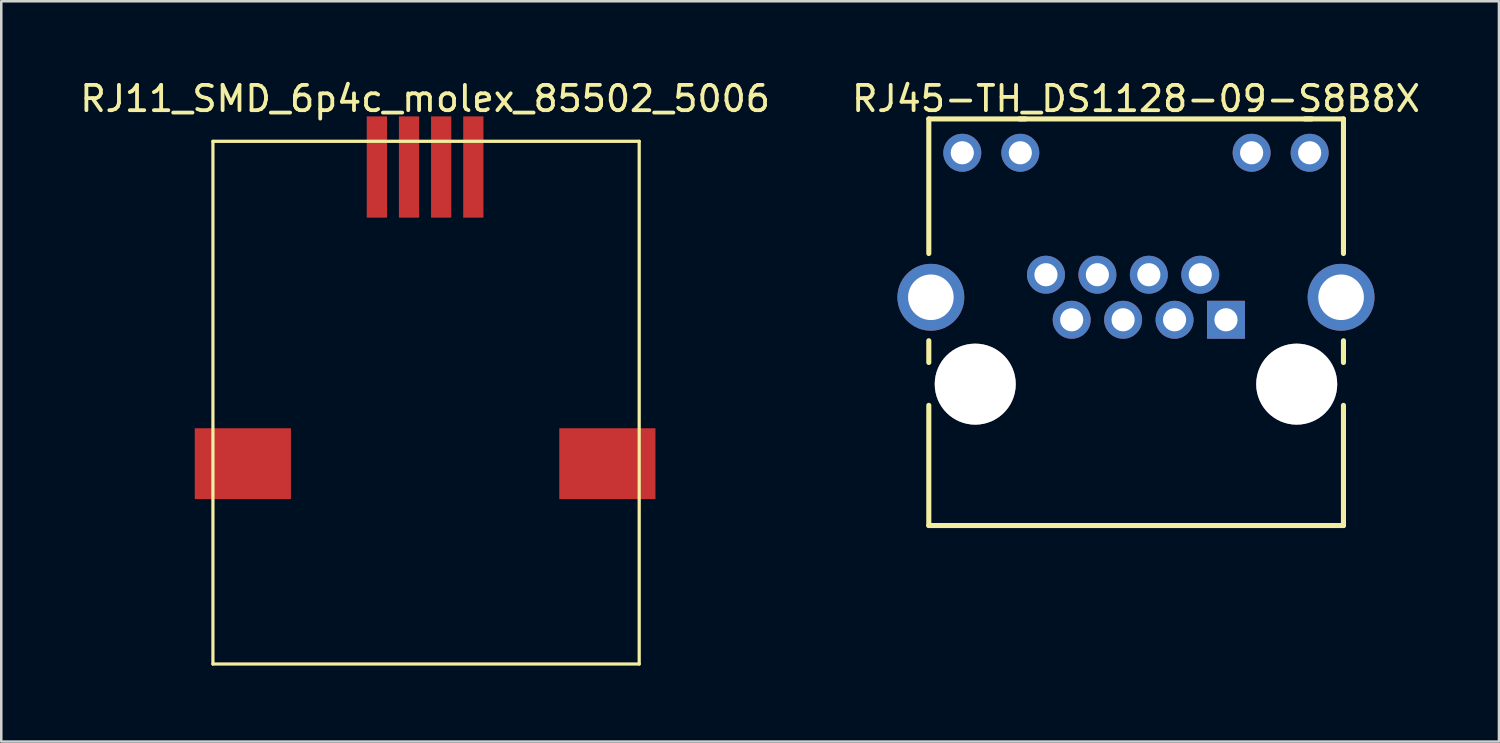
<source format=kicad_pcb>
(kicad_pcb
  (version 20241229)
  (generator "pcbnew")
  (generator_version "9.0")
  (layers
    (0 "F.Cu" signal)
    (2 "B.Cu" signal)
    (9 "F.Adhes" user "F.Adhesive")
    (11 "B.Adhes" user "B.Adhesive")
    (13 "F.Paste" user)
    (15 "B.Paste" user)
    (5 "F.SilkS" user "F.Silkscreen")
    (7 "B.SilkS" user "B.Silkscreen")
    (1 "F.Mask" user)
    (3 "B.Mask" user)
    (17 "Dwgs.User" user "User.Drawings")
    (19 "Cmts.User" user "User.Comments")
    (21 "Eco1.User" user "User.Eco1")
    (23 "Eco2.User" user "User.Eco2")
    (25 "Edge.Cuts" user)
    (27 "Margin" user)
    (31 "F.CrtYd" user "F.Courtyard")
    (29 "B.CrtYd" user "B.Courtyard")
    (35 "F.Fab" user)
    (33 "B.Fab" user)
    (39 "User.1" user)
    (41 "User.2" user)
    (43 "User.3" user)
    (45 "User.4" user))
  (footprint "RJ45-TH_DS1128-09-S8B8X"
    (layer "F.Cu")
    (at 41.827 6.284)
    (property "Reference" "RJ45-TH_DS1128-09-S8B8X" (at 0 -5.436 0) (layer "F.SilkS") (effects (font (size 1 1) (thickness 0.15))))
    (fp_line (start -8.184 -4.636) (end -4.366 -4.636) (stroke (width 0.201) (type solid)) (layer "F.SilkS"))
    (fp_line (start -8.184 0.681) (end -8.184 -4.636) (stroke (width 0.201) (type solid)) (layer "F.SilkS"))
    (fp_line (start -8.184 4.986) (end -8.184 4.128) (stroke (width 0.201) (type solid)) (layer "F.SilkS"))
    (fp_line (start -8.184 11.427) (end -8.184 6.68) (stroke (width 0.201) (type solid)) (layer "F.SilkS"))
    (fp_line (start -8.184 11.427) (end 8.197 11.427) (stroke (width 0.201) (type solid)) (layer "F.SilkS"))
    (fp_line (start -4.608 -4.636) (end 6.942 -4.636) (stroke (width 0.201) (type solid)) (layer "F.SilkS"))
    (fp_line (start 6.67 -4.636) (end 8.197 -4.636) (stroke (width 0.201) (type solid)) (layer "F.SilkS"))
    (fp_line (start 8.197 0.681) (end 8.197 -4.636) (stroke (width 0.201) (type solid)) (layer "F.SilkS"))
    (fp_line (start 8.197 4.986) (end 8.197 4.128) (stroke (width 0.201) (type solid)) (layer "F.SilkS"))
    (fp_line (start 8.197 11.427) (end 8.197 6.68) (stroke (width 0.201) (type solid)) (layer "F.SilkS"))
    (fp_line (start -8.25 -4.451) (end 8.25 -4.451) (stroke (width 0.051) (type solid)) (layer "Eco2.User"))
    (fp_line (start -8.25 11.299) (end -8.25 -4.451) (stroke (width 0.051) (type solid)) (layer "Eco2.User"))
    (fp_line (start -8.25 11.299) (end 8.25 11.299) (stroke (width 0.051) (type solid)) (layer "Eco2.User"))
    (fp_line (start 8.25 11.299) (end 8.25 -4.451) (stroke (width 0.051) (type solid)) (layer "Eco2.User"))
    (fp_poly (pts (xy -8.228 3.16) (xy -8.228 1.66) (xy -7.978 1.66) (xy -7.978 3.16)) (stroke (width 0.1) (type default)) (fill no) (layer "Eco2.User"))
    (fp_poly (pts (xy -6.611 -3.049) (xy -7.111 -3.049) (xy -7.111 -3.549) (xy -6.611 -3.549)) (stroke (width 0.1) (type default)) (fill no) (layer "Eco2.User"))
    (fp_poly (pts (xy -4.319 -3.049) (xy -4.819 -3.049) (xy -4.819 -3.549) (xy -4.319 -3.549)) (stroke (width 0.1) (type default)) (fill no) (layer "Eco2.User"))
    (fp_poly (pts (xy 4.819 -3.049) (xy 4.319 -3.049) (xy 4.319 -3.549) (xy 4.819 -3.549)) (stroke (width 0.1) (type default)) (fill no) (layer "Eco2.User"))
    (fp_poly (pts (xy 7.111 -3.049) (xy 6.611 -3.049) (xy 6.611 -3.549) (xy 7.111 -3.549)) (stroke (width 0.1) (type default)) (fill no) (layer "Eco2.User"))
    (fp_poly (pts (xy 8.228 1.66) (xy 8.228 3.16) (xy 7.978 3.16) (xy 7.978 1.66)) (stroke (width 0.1) (type default)) (fill no) (layer "Eco2.User"))
    (fp_poly (pts (xy 8.315 11.299) (xy 8.315 11.299) (xy 8.296 11.253) (xy 8.25 11.234) (xy 8.204 11.253) (xy 8.185 11.299) (xy 8.185 11.299) (xy 8.204 11.345) (xy 8.25 11.364) (xy 8.296 11.345)) (stroke (width 0.1) (type default)) (fill no) (layer "Eco2.User"))
    (fp_poly (pts (xy -3.321 1.519) (xy -3.339 1.429) (xy -3.39 1.353) (xy -3.466 1.302) (xy -3.556 1.284) (xy -3.646 1.302) (xy -3.722 1.353) (xy -3.773 1.429) (xy -3.791 1.519) (xy -3.773 1.609) (xy -3.722 1.685) (xy -3.646 1.736) (xy -3.556 1.753) (xy -3.466 1.736) (xy -3.39 1.685) (xy -3.339 1.609)) (stroke (width 0.1) (type default)) (fill no) (layer "Eco2.User"))
    (fp_poly (pts (xy -2.305 3.299) (xy -2.323 3.21) (xy -2.374 3.134) (xy -2.45 3.083) (xy -2.54 3.065) (xy -2.63 3.083) (xy -2.706 3.134) (xy -2.757 3.21) (xy -2.775 3.299) (xy -2.757 3.389) (xy -2.706 3.465) (xy -2.63 3.516) (xy -2.54 3.534) (xy -2.45 3.516) (xy -2.374 3.465) (xy -2.323 3.389)) (stroke (width 0.1) (type default)) (fill no) (layer "Eco2.User"))
    (fp_poly (pts (xy -1.289 1.519) (xy -1.307 1.429) (xy -1.358 1.353) (xy -1.434 1.302) (xy -1.524 1.284) (xy -1.614 1.302) (xy -1.69 1.353) (xy -1.741 1.429) (xy -1.759 1.519) (xy -1.741 1.609) (xy -1.69 1.685) (xy -1.614 1.736) (xy -1.524 1.753) (xy -1.434 1.736) (xy -1.358 1.685) (xy -1.307 1.609)) (stroke (width 0.1) (type default)) (fill no) (layer "Eco2.User"))
    (fp_poly (pts (xy -0.273 3.299) (xy -0.291 3.21) (xy -0.342 3.134) (xy -0.418 3.083) (xy -0.508 3.065) (xy -0.598 3.083) (xy -0.674 3.134) (xy -0.725 3.21) (xy -0.743 3.299) (xy -0.725 3.389) (xy -0.674 3.465) (xy -0.598 3.516) (xy -0.508 3.534) (xy -0.418 3.516) (xy -0.342 3.465) (xy -0.291 3.389)) (stroke (width 0.1) (type default)) (fill no) (layer "Eco2.User"))
    (fp_poly (pts (xy 0.743 1.519) (xy 0.725 1.429) (xy 0.674 1.353) (xy 0.598 1.302) (xy 0.508 1.284) (xy 0.418 1.302) (xy 0.342 1.353) (xy 0.291 1.429) (xy 0.273 1.519) (xy 0.291 1.609) (xy 0.342 1.685) (xy 0.418 1.736) (xy 0.508 1.753) (xy 0.598 1.736) (xy 0.674 1.685) (xy 0.725 1.609)) (stroke (width 0.1) (type default)) (fill no) (layer "Eco2.User"))
    (fp_poly (pts (xy 1.759 3.299) (xy 1.741 3.21) (xy 1.69 3.134) (xy 1.614 3.083) (xy 1.524 3.065) (xy 1.434 3.083) (xy 1.358 3.134) (xy 1.307 3.21) (xy 1.289 3.299) (xy 1.307 3.389) (xy 1.358 3.465) (xy 1.434 3.516) (xy 1.524 3.534) (xy 1.614 3.516) (xy 1.69 3.465) (xy 1.741 3.389)) (stroke (width 0.1) (type default)) (fill no) (layer "Eco2.User"))
    (fp_poly (pts (xy 2.775 1.519) (xy 2.757 1.429) (xy 2.706 1.353) (xy 2.63 1.302) (xy 2.54 1.284) (xy 2.45 1.302) (xy 2.374 1.353) (xy 2.323 1.429) (xy 2.305 1.519) (xy 2.323 1.609) (xy 2.374 1.685) (xy 2.45 1.736) (xy 2.54 1.753) (xy 2.63 1.736) (xy 2.706 1.685) (xy 2.757 1.609)) (stroke (width 0.1) (type default)) (fill no) (layer "Eco2.User"))
    (fp_poly (pts (xy 3.791 3.299) (xy 3.773 3.21) (xy 3.722 3.134) (xy 3.646 3.083) (xy 3.556 3.065) (xy 3.466 3.083) (xy 3.39 3.134) (xy 3.339 3.21) (xy 3.321 3.299) (xy 3.339 3.389) (xy 3.39 3.465) (xy 3.466 3.516) (xy 3.556 3.534) (xy 3.646 3.516) (xy 3.722 3.465) (xy 3.773 3.389)) (stroke (width 0.1) (type default)) (fill no) (layer "Eco2.User"))
    (fp_circle (center 6.35 5.839) (end 6.35 4.214) (stroke (width 0.025) (type solid)) (fill no) (layer "User.1"))
    (pad "0" thru_hole circle (at -6.35 5.842 180) (size 3.2 3.2) (drill 3.2) (layers "*.Cu" "*.Mask"))
    (pad "0" thru_hole circle (at 6.35 5.842 180) (size 3.2 3.2) (drill 3.2) (layers "*.Cu" "*.Mask"))
    (pad "1" thru_hole rect (at 3.556 3.299 180) (size 1.499 1.499) (drill 0.914) (layers "*.Cu" "*.Mask"))
    (pad "2" thru_hole circle (at 2.54 1.519 180) (size 1.499 1.499) (drill 0.914) (layers "*.Cu" "*.Mask"))
    (pad "3" thru_hole circle (at 1.524 3.299 180) (size 1.499 1.499) (drill 0.914) (layers "*.Cu" "*.Mask"))
    (pad "4" thru_hole circle (at 0.508 1.519 180) (size 1.499 1.499) (drill 0.914) (layers "*.Cu" "*.Mask"))
    (pad "5" thru_hole circle (at -0.508 3.299 180) (size 1.499 1.499) (drill 0.914) (layers "*.Cu" "*.Mask"))
    (pad "6" thru_hole circle (at -1.524 1.519 180) (size 1.499 1.499) (drill 0.914) (layers "*.Cu" "*.Mask"))
    (pad "7" thru_hole circle (at -2.54 3.299 180) (size 1.499 1.499) (drill 0.914) (layers "*.Cu" "*.Mask"))
    (pad "8" thru_hole circle (at -3.556 1.519 180) (size 1.499 1.499) (drill 0.914) (layers "*.Cu" "*.Mask"))
    (pad "9" thru_hole circle (at 6.861 -3.299 180) (size 1.499 1.499) (drill 0.914) (layers "*.Cu" "*.Mask"))
    (pad "10" thru_hole circle (at 4.569 -3.299 180) (size 1.499 1.499) (drill 0.914) (layers "*.Cu" "*.Mask"))
    (pad "11" thru_hole circle (at -4.569 -3.299 180) (size 1.499 1.499) (drill 0.914) (layers "*.Cu" "*.Mask"))
    (pad "12" thru_hole circle (at -6.861 -3.299 180) (size 1.499 1.499) (drill 0.914) (layers "*.Cu" "*.Mask"))
    (pad "13" thru_hole circle (at 8.103 2.41 180) (size 2.642 2.642) (drill 1.8) (layers "*.Cu" "*.Mask"))
    (pad "14" thru_hole circle (at -8.103 2.41) (size 2.642 2.642) (drill 1.8) (layers "*.Cu" "*.Mask")))
  (footprint "RJ11_SMD_6p4c_molex_85502_5006"
    (layer "F.Cu")
    (at 13.744 9.408)
    (property "Reference" "RJ11_SMD_6p4c_molex_85502_5006" (at 0 -8.56 0) (layer "F.SilkS") (effects (font (size 1 1) (thickness 0.15))))
    (fp_line (start -8.382 -6.876) (end 8.458 -6.876) (stroke (width 0.127) (type solid)) (layer "F.SilkS"))
    (fp_line (start -8.382 13.774) (end -8.382 -6.876) (stroke (width 0.127) (type solid)) (layer "F.SilkS"))
    (fp_line (start -8.382 13.774) (end 8.458 13.774) (stroke (width 0.127) (type solid)) (layer "F.SilkS"))
    (fp_line (start 8.458 13.774) (end 8.458 -6.876) (stroke (width 0.127) (type solid)) (layer "F.SilkS"))
    (pad "0" smd rect (at -7.2 5.86) (size 3.8 2.8) (layers "F.Cu" "F.Mask" "F.Paste"))
    (pad "0" smd rect (at 7.2 5.86) (size 3.8 2.8) (layers "F.Cu" "F.Mask" "F.Paste"))
    (pad "A" smd rect (at -0.635 -5.86 180) (size 0.8 4) (layers "F.Cu" "F.Mask" "F.Paste"))
    (pad "B" smd rect (at 0.635 -5.86 180) (size 0.8 4) (layers "F.Cu" "F.Mask" "F.Paste"))
    (pad "GND" smd rect (at -1.905 -5.86 180) (size 0.8 4) (layers "F.Cu" "F.Mask" "F.Paste"))
    (pad "VCC" smd rect (at 1.905 -5.86 180) (size 0.8 4) (layers "F.Cu" "F.Mask" "F.Paste")))
  (gr_rect
    (start -3 -3)
    (end 56.167 26.246)
    (stroke (width 0.1) (type default))
    (fill no)
    (layer "Edge.Cuts")))
</source>
